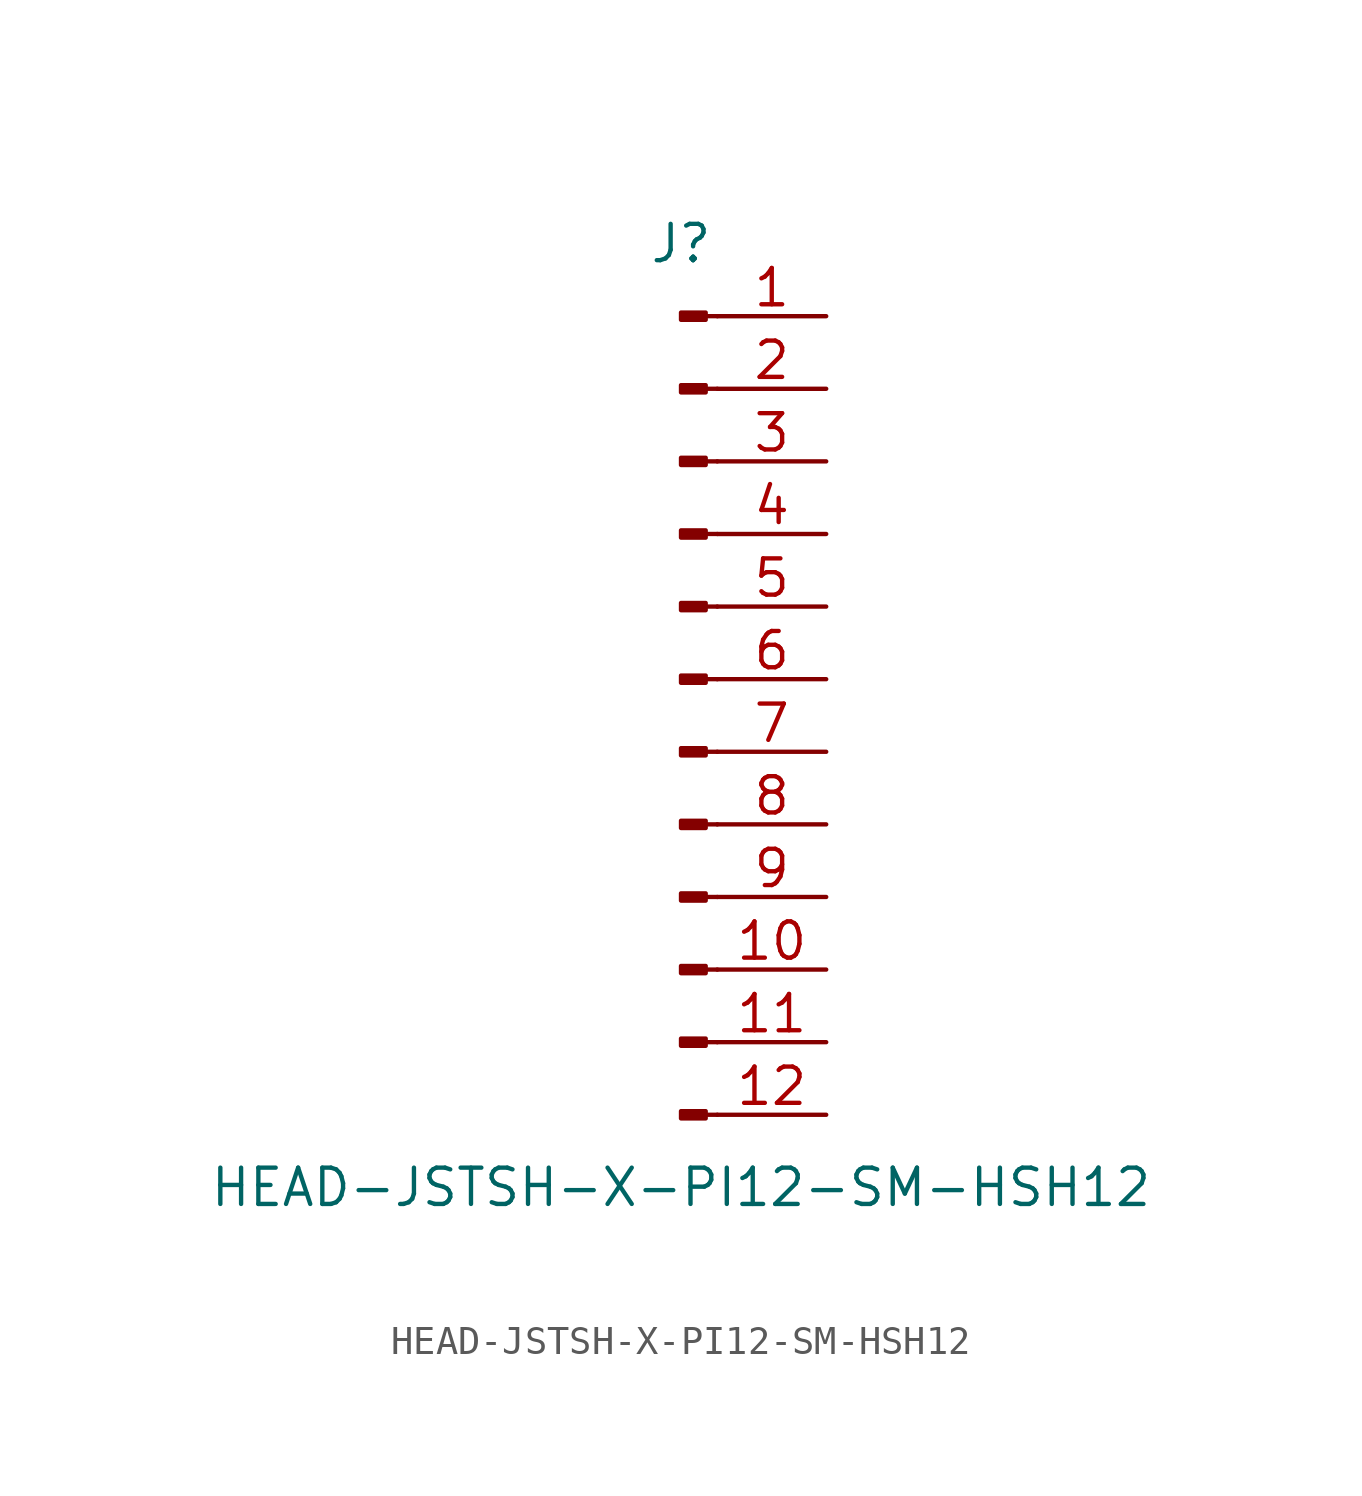
<source format=kicad_sym>
(kicad_symbol_lib
  (version 20211014)
  (generator kicad_symbol_editor)
  (symbol "HEAD-JSTSH-X-PI12-SM-HSH12"
    (pin_names
      (offset 1.016) hide)
    (property "Reference" "J"
      (at 0 15.24 0)
      (effects (font (size 1.27 1.27))))
    (property "Value" "HEAD-JSTSH-X-PI12-SM-HSH12"
      (at 0 -17.78 0)
      (effects (font (size 1.27 1.27))))
    (symbol "HEAD-JSTSH-X-PI12-SM-HSH12_1_1"
      (polyline (pts (xy 1.27 -15.24) (xy 0.864 -15.24)) (stroke (width 0.152) (type default) (color 0 0 0 0)) (fill (type none)))
      (polyline (pts (xy 1.27 -12.7) (xy 0.864 -12.7)) (stroke (width 0.152) (type default) (color 0 0 0 0)) (fill (type none)))
      (polyline (pts (xy 1.27 -10.16) (xy 0.864 -10.16)) (stroke (width 0.152) (type default) (color 0 0 0 0)) (fill (type none)))
      (polyline (pts (xy 1.27 -7.62) (xy 0.864 -7.62)) (stroke (width 0.152) (type default) (color 0 0 0 0)) (fill (type none)))
      (polyline (pts (xy 1.27 -5.08) (xy 0.864 -5.08)) (stroke (width 0.152) (type default) (color 0 0 0 0)) (fill (type none)))
      (polyline (pts (xy 1.27 -2.54) (xy 0.864 -2.54)) (stroke (width 0.152) (type default) (color 0 0 0 0)) (fill (type none)))
      (polyline (pts (xy 1.27 0) (xy 0.864 0)) (stroke (width 0.152) (type default) (color 0 0 0 0)) (fill (type none)))
      (polyline (pts (xy 1.27 2.54) (xy 0.864 2.54)) (stroke (width 0.152) (type default) (color 0 0 0 0)) (fill (type none)))
      (polyline (pts (xy 1.27 5.08) (xy 0.864 5.08)) (stroke (width 0.152) (type default) (color 0 0 0 0)) (fill (type none)))
      (polyline (pts (xy 1.27 7.62) (xy 0.864 7.62)) (stroke (width 0.152) (type default) (color 0 0 0 0)) (fill (type none)))
      (polyline (pts (xy 1.27 10.16) (xy 0.864 10.16)) (stroke (width 0.152) (type default) (color 0 0 0 0)) (fill (type none)))
      (polyline (pts (xy 1.27 12.7) (xy 0.864 12.7)) (stroke (width 0.152) (type default) (color 0 0 0 0)) (fill (type none)))
      (rectangle (start 0.864 -15.113) (end 0 -15.367) (stroke (width 0.152) (type default) (color 0 0 0 0)) (fill (type outline)))
      (rectangle (start 0.864 -12.573) (end 0 -12.827) (stroke (width 0.152) (type default) (color 0 0 0 0)) (fill (type outline)))
      (rectangle (start 0.864 -10.033) (end 0 -10.287) (stroke (width 0.152) (type default) (color 0 0 0 0)) (fill (type outline)))
      (rectangle (start 0.864 -7.493) (end 0 -7.747) (stroke (width 0.152) (type default) (color 0 0 0 0)) (fill (type outline)))
      (rectangle (start 0.864 -4.953) (end 0 -5.207) (stroke (width 0.152) (type default) (color 0 0 0 0)) (fill (type outline)))
      (rectangle (start 0.864 -2.413) (end 0 -2.667) (stroke (width 0.152) (type default) (color 0 0 0 0)) (fill (type outline)))
      (rectangle (start 0.864 0.127) (end 0 -0.127) (stroke (width 0.152) (type default) (color 0 0 0 0)) (fill (type outline)))
      (rectangle (start 0.864 2.667) (end 0 2.413) (stroke (width 0.152) (type default) (color 0 0 0 0)) (fill (type outline)))
      (rectangle (start 0.864 5.207) (end 0 4.953) (stroke (width 0.152) (type default) (color 0 0 0 0)) (fill (type outline)))
      (rectangle (start 0.864 7.747) (end 0 7.493) (stroke (width 0.152) (type default) (color 0 0 0 0)) (fill (type outline)))
      (rectangle (start 0.864 10.287) (end 0 10.033) (stroke (width 0.152) (type default) (color 0 0 0 0)) (fill (type outline)))
      (rectangle (start 0.864 12.827) (end 0 12.573) (stroke (width 0.152) (type default) (color 0 0 0 0)) (fill (type outline)))
      (pin passive line (at 5.08 12.7 180) (length 3.81) (name "Pin_1" (effects (font (size 1.27 1.27)))) (number "1" (effects (font (size 1.27 1.27)))))
      (pin passive line (at 5.08 -10.16 180) (length 3.81) (name "Pin_10" (effects (font (size 1.27 1.27)))) (number "10" (effects (font (size 1.27 1.27)))))
      (pin passive line (at 5.08 -12.7 180) (length 3.81) (name "Pin_11" (effects (font (size 1.27 1.27)))) (number "11" (effects (font (size 1.27 1.27)))))
      (pin passive line (at 5.08 -15.24 180) (length 3.81) (name "Pin_12" (effects (font (size 1.27 1.27)))) (number "12" (effects (font (size 1.27 1.27)))))
      (pin passive line (at 5.08 10.16 180) (length 3.81) (name "Pin_2" (effects (font (size 1.27 1.27)))) (number "2" (effects (font (size 1.27 1.27)))))
      (pin passive line (at 5.08 7.62 180) (length 3.81) (name "Pin_3" (effects (font (size 1.27 1.27)))) (number "3" (effects (font (size 1.27 1.27)))))
      (pin passive line (at 5.08 5.08 180) (length 3.81) (name "Pin_4" (effects (font (size 1.27 1.27)))) (number "4" (effects (font (size 1.27 1.27)))))
      (pin passive line (at 5.08 2.54 180) (length 3.81) (name "Pin_5" (effects (font (size 1.27 1.27)))) (number "5" (effects (font (size 1.27 1.27)))))
      (pin passive line (at 5.08 0 180) (length 3.81) (name "Pin_6" (effects (font (size 1.27 1.27)))) (number "6" (effects (font (size 1.27 1.27)))))
      (pin passive line (at 5.08 -2.54 180) (length 3.81) (name "Pin_7" (effects (font (size 1.27 1.27)))) (number "7" (effects (font (size 1.27 1.27)))))
      (pin passive line (at 5.08 -5.08 180) (length 3.81) (name "Pin_8" (effects (font (size 1.27 1.27)))) (number "8" (effects (font (size 1.27 1.27)))))
      (pin passive line (at 5.08 -7.62 180) (length 3.81) (name "Pin_9" (effects (font (size 1.27 1.27)))) (number "9" (effects (font (size 1.27 1.27))))))))
</source>
